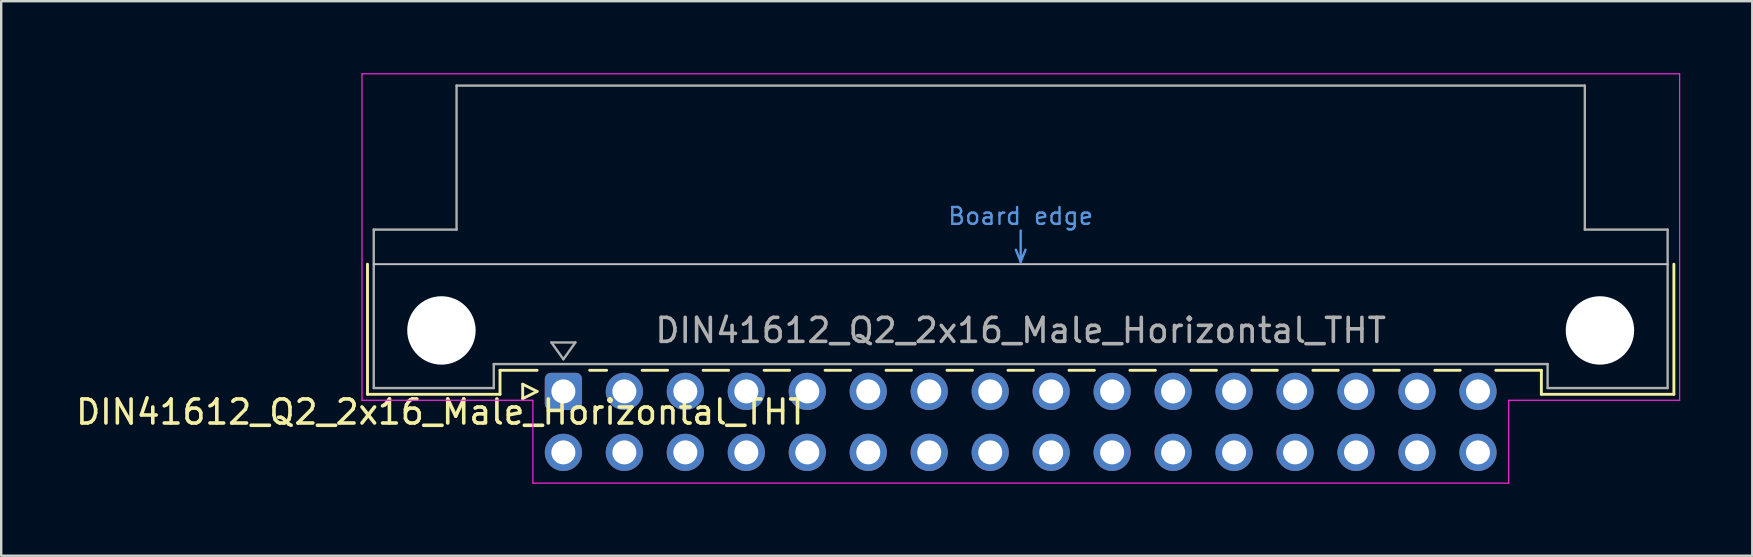
<source format=kicad_pcb>
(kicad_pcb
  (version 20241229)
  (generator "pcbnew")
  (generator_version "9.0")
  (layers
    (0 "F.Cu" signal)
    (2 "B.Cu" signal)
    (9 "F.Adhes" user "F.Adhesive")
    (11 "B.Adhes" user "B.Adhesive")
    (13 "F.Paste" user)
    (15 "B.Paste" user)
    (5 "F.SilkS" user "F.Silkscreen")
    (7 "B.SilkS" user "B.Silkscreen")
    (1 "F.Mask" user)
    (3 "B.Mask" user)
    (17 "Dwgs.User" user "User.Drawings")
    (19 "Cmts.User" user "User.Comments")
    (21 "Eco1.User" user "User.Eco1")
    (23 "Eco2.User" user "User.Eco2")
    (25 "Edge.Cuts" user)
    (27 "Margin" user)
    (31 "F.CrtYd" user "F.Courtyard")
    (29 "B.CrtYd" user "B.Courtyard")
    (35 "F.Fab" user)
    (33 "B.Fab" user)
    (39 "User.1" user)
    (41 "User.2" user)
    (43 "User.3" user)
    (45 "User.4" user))
  (footprint "DIN41612_Q2_2x16_Male_Horizontal_THT"
    (layer "F.Cu")
    (at 20.419 13.255)
    (property "Reference" "DIN41612_Q2_2x16_Male_Horizontal_THT" (at -5.08 0.86 0) (layer "F.SilkS") (effects (font (size 1 1) (thickness 0.15))))
    (attr through_hole)
    (fp_line (start -8.16 -5.3) (end -8.16 0.12) (stroke (width 0.12) (type solid)) (layer "F.SilkS"))
    (fp_line (start -8.16 0.12) (end -2.64 0.12) (stroke (width 0.12) (type solid)) (layer "F.SilkS"))
    (fp_line (start -2.64 -0.88) (end -1.095 -0.88) (stroke (width 0.12) (type solid)) (layer "F.SilkS"))
    (fp_line (start -2.64 0.12) (end -2.64 -0.88) (stroke (width 0.12) (type solid)) (layer "F.SilkS"))
    (fp_line (start -1.695 -0.3) (end -1.695 0.3) (stroke (width 0.12) (type solid)) (layer "F.SilkS"))
    (fp_line (start -1.695 0.3) (end -1.095 0) (stroke (width 0.12) (type solid)) (layer "F.SilkS"))
    (fp_line (start -1.095 0) (end -1.695 -0.3) (stroke (width 0.12) (type solid)) (layer "F.SilkS"))
    (fp_line (start 1.095 -0.88) (end 1.801 -0.88) (stroke (width 0.12) (type solid)) (layer "F.SilkS"))
    (fp_line (start 3.28 -0.88) (end 4.341 -0.88) (stroke (width 0.12) (type solid)) (layer "F.SilkS"))
    (fp_line (start 5.82 -0.88) (end 6.881 -0.88) (stroke (width 0.12) (type solid)) (layer "F.SilkS"))
    (fp_line (start 8.36 -0.88) (end 9.421 -0.88) (stroke (width 0.12) (type solid)) (layer "F.SilkS"))
    (fp_line (start 10.9 -0.88) (end 11.961 -0.88) (stroke (width 0.12) (type solid)) (layer "F.SilkS"))
    (fp_line (start 13.44 -0.88) (end 14.501 -0.88) (stroke (width 0.12) (type solid)) (layer "F.SilkS"))
    (fp_line (start 15.98 -0.88) (end 17.041 -0.88) (stroke (width 0.12) (type solid)) (layer "F.SilkS"))
    (fp_line (start 18.52 -0.88) (end 19.581 -0.88) (stroke (width 0.12) (type solid)) (layer "F.SilkS"))
    (fp_line (start 21.06 -0.88) (end 22.121 -0.88) (stroke (width 0.12) (type solid)) (layer "F.SilkS"))
    (fp_line (start 23.6 -0.88) (end 24.661 -0.88) (stroke (width 0.12) (type solid)) (layer "F.SilkS"))
    (fp_line (start 26.14 -0.88) (end 27.201 -0.88) (stroke (width 0.12) (type solid)) (layer "F.SilkS"))
    (fp_line (start 28.68 -0.88) (end 29.741 -0.88) (stroke (width 0.12) (type solid)) (layer "F.SilkS"))
    (fp_line (start 31.22 -0.88) (end 32.281 -0.88) (stroke (width 0.12) (type solid)) (layer "F.SilkS"))
    (fp_line (start 33.76 -0.88) (end 34.821 -0.88) (stroke (width 0.12) (type solid)) (layer "F.SilkS"))
    (fp_line (start 36.3 -0.88) (end 37.361 -0.88) (stroke (width 0.12) (type solid)) (layer "F.SilkS"))
    (fp_line (start 38.84 -0.88) (end 40.74 -0.88) (stroke (width 0.12) (type solid)) (layer "F.SilkS"))
    (fp_line (start 40.74 0.12) (end 40.74 -0.88) (stroke (width 0.12) (type solid)) (layer "F.SilkS"))
    (fp_line (start 46.26 -5.3) (end 46.26 0.12) (stroke (width 0.12) (type solid)) (layer "F.SilkS"))
    (fp_line (start 46.26 0.12) (end 40.74 0.12) (stroke (width 0.12) (type solid)) (layer "F.SilkS"))
    (fp_line (start -7.9 -5.3) (end 46 -5.3) (stroke (width 0.08) (type solid)) (layer "Dwgs.User"))
    (fp_line (start 18.85 -5.9) (end 19.05 -5.4) (stroke (width 0.1) (type solid)) (layer "Cmts.User"))
    (fp_line (start 19.05 -5.4) (end 19.05 -6.7) (stroke (width 0.1) (type solid)) (layer "Cmts.User"))
    (fp_line (start 19.05 -5.4) (end 19.25 -5.9) (stroke (width 0.1) (type solid)) (layer "Cmts.User"))
    (fp_line (start -8.39 -13.23) (end -8.39 0.37) (stroke (width 0.05) (type solid)) (layer "F.CrtYd"))
    (fp_line (start -8.39 0.37) (end -1.27 0.37) (stroke (width 0.05) (type solid)) (layer "F.CrtYd"))
    (fp_line (start -1.27 0.37) (end -1.27 3.82) (stroke (width 0.05) (type solid)) (layer "F.CrtYd"))
    (fp_line (start -1.27 3.82) (end 39.38 3.82) (stroke (width 0.05) (type solid)) (layer "F.CrtYd"))
    (fp_line (start 39.38 0.37) (end 46.5 0.37) (stroke (width 0.05) (type solid)) (layer "F.CrtYd"))
    (fp_line (start 39.38 3.82) (end 39.38 0.37) (stroke (width 0.05) (type solid)) (layer "F.CrtYd"))
    (fp_line (start 46.5 -13.23) (end -8.39 -13.23) (stroke (width 0.05) (type solid)) (layer "F.CrtYd"))
    (fp_line (start 46.5 0.37) (end 46.5 -13.23) (stroke (width 0.05) (type solid)) (layer "F.CrtYd"))
    (fp_line (start -7.9 -6.74) (end -7.9 -0.14) (stroke (width 0.1) (type solid)) (layer "F.Fab"))
    (fp_line (start -7.9 -0.14) (end -2.9 -0.14) (stroke (width 0.1) (type solid)) (layer "F.Fab"))
    (fp_line (start -4.45 -12.74) (end -4.45 -6.74) (stroke (width 0.1) (type solid)) (layer "F.Fab"))
    (fp_line (start -4.45 -6.74) (end -7.9 -6.74) (stroke (width 0.1) (type solid)) (layer "F.Fab"))
    (fp_line (start -2.9 -1.14) (end 41 -1.14) (stroke (width 0.1) (type solid)) (layer "F.Fab"))
    (fp_line (start -2.9 -0.14) (end -2.9 -1.14) (stroke (width 0.1) (type solid)) (layer "F.Fab"))
    (fp_line (start -0.5 -2.04) (end 0.5 -2.04) (stroke (width 0.1) (type solid)) (layer "F.Fab"))
    (fp_line (start 0 -1.34) (end -0.5 -2.04) (stroke (width 0.1) (type solid)) (layer "F.Fab"))
    (fp_line (start 0.5 -2.04) (end 0 -1.34) (stroke (width 0.1) (type solid)) (layer "F.Fab"))
    (fp_line (start 41 -1.14) (end 41 -0.14) (stroke (width 0.1) (type solid)) (layer "F.Fab"))
    (fp_line (start 41 -0.14) (end 46 -0.14) (stroke (width 0.1) (type solid)) (layer "F.Fab"))
    (fp_line (start 42.55 -12.74) (end -4.45 -12.74) (stroke (width 0.1) (type solid)) (layer "F.Fab"))
    (fp_line (start 42.55 -6.74) (end 42.55 -12.74) (stroke (width 0.1) (type solid)) (layer "F.Fab"))
    (fp_line (start 46 -6.74) (end 42.55 -6.74) (stroke (width 0.1) (type solid)) (layer "F.Fab"))
    (fp_line (start 46 -0.14) (end 46 -6.74) (stroke (width 0.1) (type solid)) (layer "F.Fab"))
    (fp_text user "Board edge" (at 19.05 -7.3 0) (layer "Cmts.User") (effects (font (size 0.7 0.7) (thickness 0.1))))
    (fp_text user "${REFERENCE}" (at 19.05 -2.54 0) (layer "F.Fab") (effects (font (size 1 1) (thickness 0.15))))
    (pad "" np_thru_hole circle (at -5.08 -2.54) (size 2.85 2.85) (drill 2.85) (layers "*.Cu" "*.Mask"))
    (pad "" np_thru_hole circle (at 43.18 -2.54) (size 2.85 2.85) (drill 2.85) (layers "*.Cu" "*.Mask"))
    (pad "a1" thru_hole roundrect (at 0 0) (size 1.55 1.55) (drill 1) (layers "*.Cu" "*.Mask") (roundrect_rratio 0.161))
    (pad "a2" thru_hole circle (at 2.54 0) (size 1.55 1.55) (drill 1) (layers "*.Cu" "*.Mask"))
    (pad "a3" thru_hole circle (at 5.08 0) (size 1.55 1.55) (drill 1) (layers "*.Cu" "*.Mask"))
    (pad "a4" thru_hole circle (at 7.62 0) (size 1.55 1.55) (drill 1) (layers "*.Cu" "*.Mask"))
    (pad "a5" thru_hole circle (at 10.16 0) (size 1.55 1.55) (drill 1) (layers "*.Cu" "*.Mask"))
    (pad "a6" thru_hole circle (at 12.7 0) (size 1.55 1.55) (drill 1) (layers "*.Cu" "*.Mask"))
    (pad "a7" thru_hole circle (at 15.24 0) (size 1.55 1.55) (drill 1) (layers "*.Cu" "*.Mask"))
    (pad "a8" thru_hole circle (at 17.78 0) (size 1.55 1.55) (drill 1) (layers "*.Cu" "*.Mask"))
    (pad "a9" thru_hole circle (at 20.32 0) (size 1.55 1.55) (drill 1) (layers "*.Cu" "*.Mask"))
    (pad "a10" thru_hole circle (at 22.86 0) (size 1.55 1.55) (drill 1) (layers "*.Cu" "*.Mask"))
    (pad "a11" thru_hole circle (at 25.4 0) (size 1.55 1.55) (drill 1) (layers "*.Cu" "*.Mask"))
    (pad "a12" thru_hole circle (at 27.94 0) (size 1.55 1.55) (drill 1) (layers "*.Cu" "*.Mask"))
    (pad "a13" thru_hole circle (at 30.48 0) (size 1.55 1.55) (drill 1) (layers "*.Cu" "*.Mask"))
    (pad "a14" thru_hole circle (at 33.02 0) (size 1.55 1.55) (drill 1) (layers "*.Cu" "*.Mask"))
    (pad "a15" thru_hole circle (at 35.56 0) (size 1.55 1.55) (drill 1) (layers "*.Cu" "*.Mask"))
    (pad "a16" thru_hole circle (at 38.1 0) (size 1.55 1.55) (drill 1) (layers "*.Cu" "*.Mask"))
    (pad "b1" thru_hole circle (at 0 2.54) (size 1.55 1.55) (drill 1) (layers "*.Cu" "*.Mask"))
    (pad "b2" thru_hole circle (at 2.54 2.54) (size 1.55 1.55) (drill 1) (layers "*.Cu" "*.Mask"))
    (pad "b3" thru_hole circle (at 5.08 2.54) (size 1.55 1.55) (drill 1) (layers "*.Cu" "*.Mask"))
    (pad "b4" thru_hole circle (at 7.62 2.54) (size 1.55 1.55) (drill 1) (layers "*.Cu" "*.Mask"))
    (pad "b5" thru_hole circle (at 10.16 2.54) (size 1.55 1.55) (drill 1) (layers "*.Cu" "*.Mask"))
    (pad "b6" thru_hole circle (at 12.7 2.54) (size 1.55 1.55) (drill 1) (layers "*.Cu" "*.Mask"))
    (pad "b7" thru_hole circle (at 15.24 2.54) (size 1.55 1.55) (drill 1) (layers "*.Cu" "*.Mask"))
    (pad "b8" thru_hole circle (at 17.78 2.54) (size 1.55 1.55) (drill 1) (layers "*.Cu" "*.Mask"))
    (pad "b9" thru_hole circle (at 20.32 2.54) (size 1.55 1.55) (drill 1) (layers "*.Cu" "*.Mask"))
    (pad "b10" thru_hole circle (at 22.86 2.54) (size 1.55 1.55) (drill 1) (layers "*.Cu" "*.Mask"))
    (pad "b11" thru_hole circle (at 25.4 2.54) (size 1.55 1.55) (drill 1) (layers "*.Cu" "*.Mask"))
    (pad "b12" thru_hole circle (at 27.94 2.54) (size 1.55 1.55) (drill 1) (layers "*.Cu" "*.Mask"))
    (pad "b13" thru_hole circle (at 30.48 2.54) (size 1.55 1.55) (drill 1) (layers "*.Cu" "*.Mask"))
    (pad "b14" thru_hole circle (at 33.02 2.54) (size 1.55 1.55) (drill 1) (layers "*.Cu" "*.Mask"))
    (pad "b15" thru_hole circle (at 35.56 2.54) (size 1.55 1.55) (drill 1) (layers "*.Cu" "*.Mask"))
    (pad "b16" thru_hole circle (at 38.1 2.54) (size 1.55 1.55) (drill 1) (layers "*.Cu" "*.Mask")))
  (gr_rect
    (start -3 -3)
    (end 69.944 20.1)
    (stroke (width 0.1) (type default))
    (fill no)
    (layer "Edge.Cuts")))
</source>
